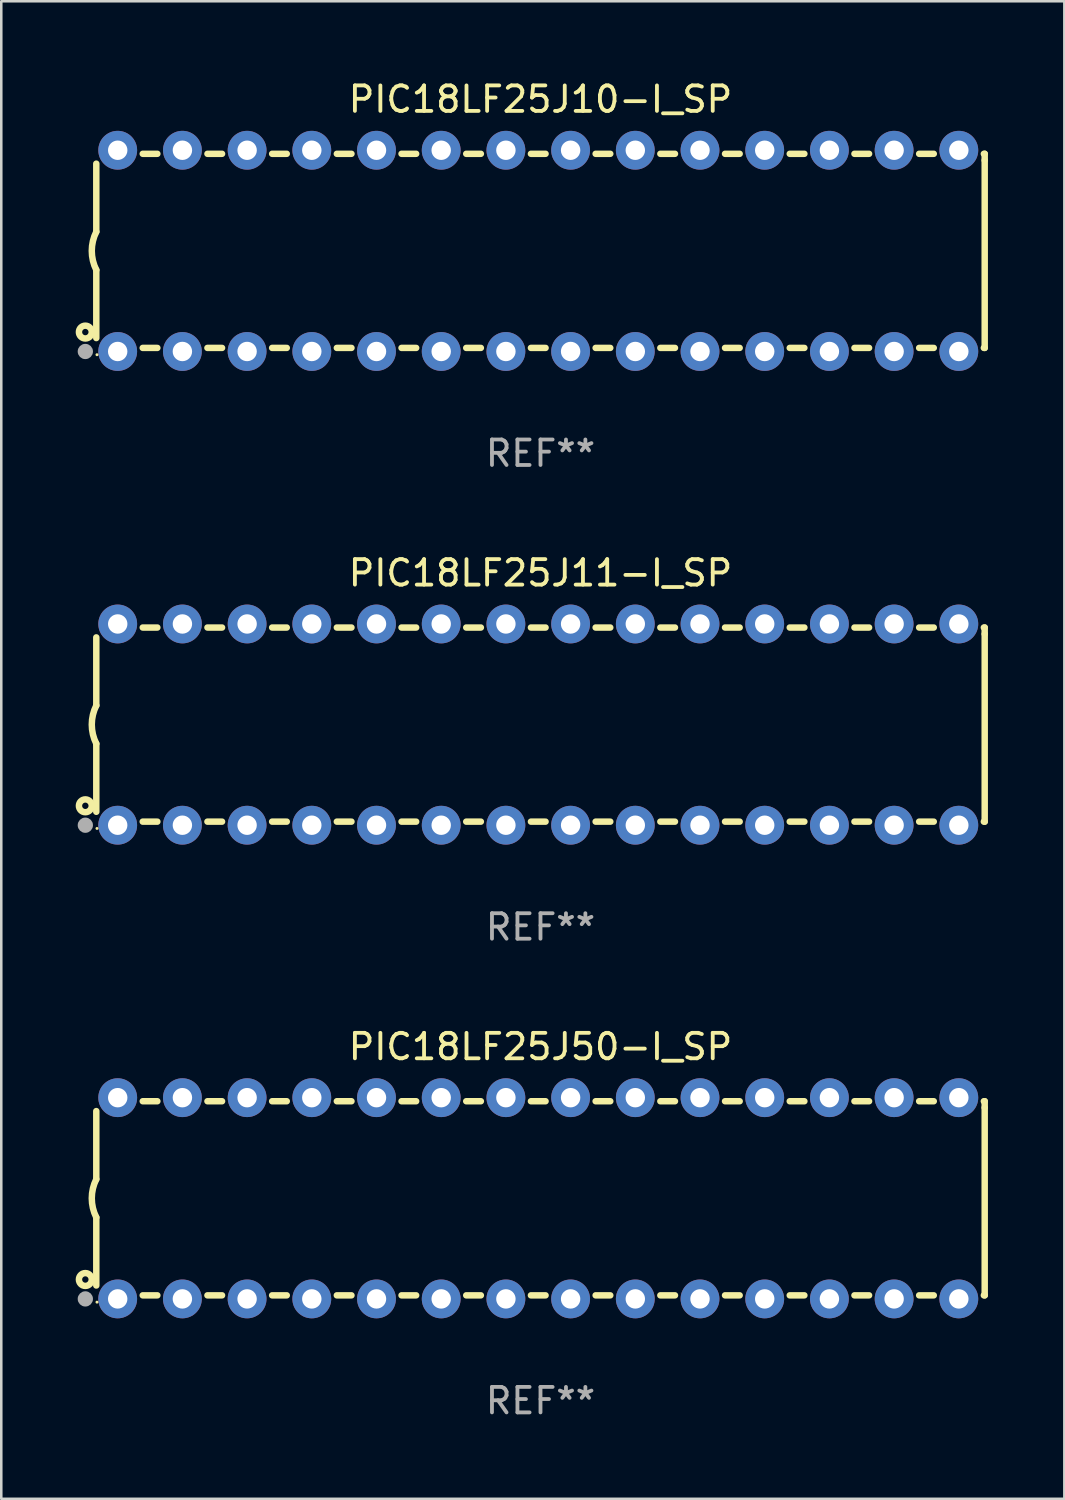
<source format=kicad_pcb>
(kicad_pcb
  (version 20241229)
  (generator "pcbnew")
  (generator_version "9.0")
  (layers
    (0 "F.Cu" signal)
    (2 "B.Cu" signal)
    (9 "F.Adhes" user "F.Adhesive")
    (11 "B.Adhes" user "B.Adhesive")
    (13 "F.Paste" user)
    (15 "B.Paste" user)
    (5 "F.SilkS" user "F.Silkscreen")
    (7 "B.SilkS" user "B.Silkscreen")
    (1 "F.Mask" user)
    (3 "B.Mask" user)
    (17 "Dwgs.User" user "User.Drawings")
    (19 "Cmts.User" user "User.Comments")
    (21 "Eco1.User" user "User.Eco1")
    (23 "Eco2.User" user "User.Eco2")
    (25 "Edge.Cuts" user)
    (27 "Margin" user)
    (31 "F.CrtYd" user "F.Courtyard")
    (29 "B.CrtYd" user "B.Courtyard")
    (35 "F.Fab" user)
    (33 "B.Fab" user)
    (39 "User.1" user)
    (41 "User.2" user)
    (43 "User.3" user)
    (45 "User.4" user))
  (footprint "PIC18LF25J50-I_SP"
    (layer "F.Cu")
    (at 18.168 43.991)
    (property "Reference" "PIC18LF25J50-I_SP" (at 0 -5.95 0) (layer "F.SilkS") (effects (font (size 1 1) (thickness 0.15))))
    (attr through_hole)
    (fp_line (start -17.438 0.75) (end -17.438 3.423) (stroke (width 0.254) (type solid)) (layer "F.SilkS"))
    (fp_line (start -17.438 -3.423) (end -17.438 -0.75) (stroke (width 0.254) (type solid)) (layer "F.SilkS"))
    (fp_line (start -15.615 3.81) (end -15.041 3.81) (stroke (width 0.254) (type solid)) (layer "F.SilkS"))
    (fp_line (start -15.041 -3.81) (end -15.614 -3.81) (stroke (width 0.254) (type solid)) (layer "F.SilkS"))
    (fp_line (start -13.075 3.81) (end -12.501 3.81) (stroke (width 0.254) (type solid)) (layer "F.SilkS"))
    (fp_line (start -12.501 -3.81) (end -13.074 -3.81) (stroke (width 0.254) (type solid)) (layer "F.SilkS"))
    (fp_line (start -10.535 3.81) (end -9.961 3.81) (stroke (width 0.254) (type solid)) (layer "F.SilkS"))
    (fp_line (start -9.961 -3.81) (end -10.534 -3.81) (stroke (width 0.254) (type solid)) (layer "F.SilkS"))
    (fp_line (start -7.995 3.81) (end -7.421 3.81) (stroke (width 0.254) (type solid)) (layer "F.SilkS"))
    (fp_line (start -7.421 -3.81) (end -7.995 -3.81) (stroke (width 0.254) (type solid)) (layer "F.SilkS"))
    (fp_line (start -5.455 3.81) (end -4.881 3.81) (stroke (width 0.254) (type solid)) (layer "F.SilkS"))
    (fp_line (start -4.881 -3.81) (end -5.455 -3.81) (stroke (width 0.254) (type solid)) (layer "F.SilkS"))
    (fp_line (start -2.915 3.81) (end -2.341 3.81) (stroke (width 0.254) (type solid)) (layer "F.SilkS"))
    (fp_line (start -2.341 -3.81) (end -2.915 -3.81) (stroke (width 0.254) (type solid)) (layer "F.SilkS"))
    (fp_line (start -0.375 3.81) (end 0.199 3.81) (stroke (width 0.254) (type solid)) (layer "F.SilkS"))
    (fp_line (start 0.199 -3.81) (end -0.375 -3.81) (stroke (width 0.254) (type solid)) (layer "F.SilkS"))
    (fp_line (start 2.165 3.81) (end 2.739 3.81) (stroke (width 0.254) (type solid)) (layer "F.SilkS"))
    (fp_line (start 2.739 -3.81) (end 2.165 -3.81) (stroke (width 0.254) (type solid)) (layer "F.SilkS"))
    (fp_line (start 4.705 3.81) (end 5.279 3.81) (stroke (width 0.254) (type solid)) (layer "F.SilkS"))
    (fp_line (start 5.279 -3.81) (end 4.705 -3.81) (stroke (width 0.254) (type solid)) (layer "F.SilkS"))
    (fp_line (start 7.245 3.81) (end 7.819 3.81) (stroke (width 0.254) (type solid)) (layer "F.SilkS"))
    (fp_line (start 7.819 -3.81) (end 7.245 -3.81) (stroke (width 0.254) (type solid)) (layer "F.SilkS"))
    (fp_line (start 9.785 3.81) (end 10.359 3.81) (stroke (width 0.254) (type solid)) (layer "F.SilkS"))
    (fp_line (start 10.359 -3.81) (end 9.785 -3.81) (stroke (width 0.254) (type solid)) (layer "F.SilkS"))
    (fp_line (start 12.325 3.81) (end 12.899 3.81) (stroke (width 0.254) (type solid)) (layer "F.SilkS"))
    (fp_line (start 12.899 -3.81) (end 12.325 -3.81) (stroke (width 0.254) (type solid)) (layer "F.SilkS"))
    (fp_line (start 14.865 3.81) (end 15.439 3.81) (stroke (width 0.254) (type solid)) (layer "F.SilkS"))
    (fp_line (start 15.439 -3.81) (end 14.865 -3.81) (stroke (width 0.254) (type solid)) (layer "F.SilkS"))
    (fp_line (start 17.405 3.81) (end 17.438 3.81) (stroke (width 0.254) (type solid)) (layer "F.SilkS"))
    (fp_line (start 17.438 -3.81) (end 17.405 -3.81) (stroke (width 0.254) (type solid)) (layer "F.SilkS"))
    (fp_line (start 17.438 -3.556) (end 17.438 -3.81) (stroke (width 0.254) (type solid)) (layer "F.SilkS"))
    (fp_line (start 17.438 3.81) (end 17.438 -3.556) (stroke (width 0.254) (type solid)) (layer "F.SilkS"))
    (fp_arc (start -17.437986 0.749657) (mid -17.614887 -0.000024) (end -17.437783 -0.749657) (stroke (width 0.254001) (type solid)) (layer "F.SilkS"))
    (fp_circle (center -17.868 3.188) (end -17.743 3.188) (stroke (width 0.254) (type solid)) (fill no) (layer "F.SilkS"))
    (fp_circle (center -17.411 4.077) (end -17.381 4.077) (stroke (width 0.06) (type solid)) (fill no) (layer "F.SilkS"))
    (fp_circle (center -17.868 3.95) (end -17.718 3.95) (stroke (width 0.3) (type solid)) (fill no) (layer "F.Fab"))
    (fp_text user "REF**" (at 0 7.95 0) (layer "F.Fab") (effects (font (size 1 1) (thickness 0.15))))
    (pad "1" thru_hole circle (at -16.598 3.95) (size 1.524 1.524) (drill 0.762) (layers "*.Cu" "*.Mask"))
    (pad "2" thru_hole circle (at -14.058 3.95) (size 1.524 1.524) (drill 0.762) (layers "*.Cu" "*.Mask"))
    (pad "3" thru_hole circle (at -11.518 3.95) (size 1.524 1.524) (drill 0.762) (layers "*.Cu" "*.Mask"))
    (pad "4" thru_hole circle (at -8.978 3.95) (size 1.524 1.524) (drill 0.762) (layers "*.Cu" "*.Mask"))
    (pad "5" thru_hole circle (at -6.438 3.95) (size 1.524 1.524) (drill 0.762) (layers "*.Cu" "*.Mask"))
    (pad "6" thru_hole circle (at -3.898 3.95) (size 1.524 1.524) (drill 0.762) (layers "*.Cu" "*.Mask"))
    (pad "7" thru_hole circle (at -1.358 3.95) (size 1.524 1.524) (drill 0.762) (layers "*.Cu" "*.Mask"))
    (pad "8" thru_hole circle (at 1.182 3.95) (size 1.524 1.524) (drill 0.762) (layers "*.Cu" "*.Mask"))
    (pad "9" thru_hole circle (at 3.722 3.95) (size 1.524 1.524) (drill 0.762) (layers "*.Cu" "*.Mask"))
    (pad "10" thru_hole circle (at 6.262 3.95) (size 1.524 1.524) (drill 0.762) (layers "*.Cu" "*.Mask"))
    (pad "11" thru_hole circle (at 8.802 3.95) (size 1.524 1.524) (drill 0.762) (layers "*.Cu" "*.Mask"))
    (pad "12" thru_hole circle (at 11.342 3.95) (size 1.524 1.524) (drill 0.762) (layers "*.Cu" "*.Mask"))
    (pad "13" thru_hole circle (at 13.882 3.95) (size 1.524 1.524) (drill 0.762) (layers "*.Cu" "*.Mask"))
    (pad "14" thru_hole circle (at 16.422 3.95) (size 1.524 1.524) (drill 0.762) (layers "*.Cu" "*.Mask"))
    (pad "15" thru_hole circle (at 16.422 -3.95) (size 1.524 1.524) (drill 0.762) (layers "*.Cu" "*.Mask"))
    (pad "16" thru_hole circle (at 13.882 -3.95) (size 1.524 1.524) (drill 0.762) (layers "*.Cu" "*.Mask"))
    (pad "17" thru_hole circle (at 11.342 -3.95) (size 1.524 1.524) (drill 0.762) (layers "*.Cu" "*.Mask"))
    (pad "18" thru_hole circle (at 8.802 -3.95) (size 1.524 1.524) (drill 0.762) (layers "*.Cu" "*.Mask"))
    (pad "19" thru_hole circle (at 6.262 -3.95) (size 1.524 1.524) (drill 0.762) (layers "*.Cu" "*.Mask"))
    (pad "20" thru_hole circle (at 3.722 -3.95) (size 1.524 1.524) (drill 0.762) (layers "*.Cu" "*.Mask"))
    (pad "21" thru_hole circle (at 1.182 -3.95) (size 1.524 1.524) (drill 0.762) (layers "*.Cu" "*.Mask"))
    (pad "22" thru_hole circle (at -1.358 -3.95) (size 1.524 1.524) (drill 0.762) (layers "*.Cu" "*.Mask"))
    (pad "23" thru_hole circle (at -3.898 -3.95) (size 1.524 1.524) (drill 0.762) (layers "*.Cu" "*.Mask"))
    (pad "24" thru_hole circle (at -6.438 -3.95) (size 1.524 1.524) (drill 0.762) (layers "*.Cu" "*.Mask"))
    (pad "25" thru_hole circle (at -8.978 -3.95) (size 1.524 1.524) (drill 0.762) (layers "*.Cu" "*.Mask"))
    (pad "26" thru_hole circle (at -11.517 -3.95) (size 1.524 1.524) (drill 0.762) (layers "*.Cu" "*.Mask"))
    (pad "27" thru_hole circle (at -14.057 -3.95) (size 1.524 1.524) (drill 0.762) (layers "*.Cu" "*.Mask"))
    (pad "28" thru_hole circle (at -16.597 -3.95) (size 1.524 1.524) (drill 0.762) (layers "*.Cu" "*.Mask")))
  (footprint "PIC18LF25J11-I_SP"
    (layer "F.Cu")
    (at 18.168 25.395)
    (property "Reference" "PIC18LF25J11-I_SP" (at 0 -5.95 0) (layer "F.SilkS") (effects (font (size 1 1) (thickness 0.15))))
    (attr through_hole)
    (fp_line (start -17.438 0.75) (end -17.438 3.423) (stroke (width 0.254) (type solid)) (layer "F.SilkS"))
    (fp_line (start -17.438 -3.423) (end -17.438 -0.75) (stroke (width 0.254) (type solid)) (layer "F.SilkS"))
    (fp_line (start -15.615 3.81) (end -15.041 3.81) (stroke (width 0.254) (type solid)) (layer "F.SilkS"))
    (fp_line (start -15.041 -3.81) (end -15.614 -3.81) (stroke (width 0.254) (type solid)) (layer "F.SilkS"))
    (fp_line (start -13.075 3.81) (end -12.501 3.81) (stroke (width 0.254) (type solid)) (layer "F.SilkS"))
    (fp_line (start -12.501 -3.81) (end -13.074 -3.81) (stroke (width 0.254) (type solid)) (layer "F.SilkS"))
    (fp_line (start -10.535 3.81) (end -9.961 3.81) (stroke (width 0.254) (type solid)) (layer "F.SilkS"))
    (fp_line (start -9.961 -3.81) (end -10.534 -3.81) (stroke (width 0.254) (type solid)) (layer "F.SilkS"))
    (fp_line (start -7.995 3.81) (end -7.421 3.81) (stroke (width 0.254) (type solid)) (layer "F.SilkS"))
    (fp_line (start -7.421 -3.81) (end -7.995 -3.81) (stroke (width 0.254) (type solid)) (layer "F.SilkS"))
    (fp_line (start -5.455 3.81) (end -4.881 3.81) (stroke (width 0.254) (type solid)) (layer "F.SilkS"))
    (fp_line (start -4.881 -3.81) (end -5.455 -3.81) (stroke (width 0.254) (type solid)) (layer "F.SilkS"))
    (fp_line (start -2.915 3.81) (end -2.341 3.81) (stroke (width 0.254) (type solid)) (layer "F.SilkS"))
    (fp_line (start -2.341 -3.81) (end -2.915 -3.81) (stroke (width 0.254) (type solid)) (layer "F.SilkS"))
    (fp_line (start -0.375 3.81) (end 0.199 3.81) (stroke (width 0.254) (type solid)) (layer "F.SilkS"))
    (fp_line (start 0.199 -3.81) (end -0.375 -3.81) (stroke (width 0.254) (type solid)) (layer "F.SilkS"))
    (fp_line (start 2.165 3.81) (end 2.739 3.81) (stroke (width 0.254) (type solid)) (layer "F.SilkS"))
    (fp_line (start 2.739 -3.81) (end 2.165 -3.81) (stroke (width 0.254) (type solid)) (layer "F.SilkS"))
    (fp_line (start 4.705 3.81) (end 5.279 3.81) (stroke (width 0.254) (type solid)) (layer "F.SilkS"))
    (fp_line (start 5.279 -3.81) (end 4.705 -3.81) (stroke (width 0.254) (type solid)) (layer "F.SilkS"))
    (fp_line (start 7.245 3.81) (end 7.819 3.81) (stroke (width 0.254) (type solid)) (layer "F.SilkS"))
    (fp_line (start 7.819 -3.81) (end 7.245 -3.81) (stroke (width 0.254) (type solid)) (layer "F.SilkS"))
    (fp_line (start 9.785 3.81) (end 10.359 3.81) (stroke (width 0.254) (type solid)) (layer "F.SilkS"))
    (fp_line (start 10.359 -3.81) (end 9.785 -3.81) (stroke (width 0.254) (type solid)) (layer "F.SilkS"))
    (fp_line (start 12.325 3.81) (end 12.899 3.81) (stroke (width 0.254) (type solid)) (layer "F.SilkS"))
    (fp_line (start 12.899 -3.81) (end 12.325 -3.81) (stroke (width 0.254) (type solid)) (layer "F.SilkS"))
    (fp_line (start 14.865 3.81) (end 15.439 3.81) (stroke (width 0.254) (type solid)) (layer "F.SilkS"))
    (fp_line (start 15.439 -3.81) (end 14.865 -3.81) (stroke (width 0.254) (type solid)) (layer "F.SilkS"))
    (fp_line (start 17.405 3.81) (end 17.438 3.81) (stroke (width 0.254) (type solid)) (layer "F.SilkS"))
    (fp_line (start 17.438 -3.81) (end 17.405 -3.81) (stroke (width 0.254) (type solid)) (layer "F.SilkS"))
    (fp_line (start 17.438 -3.556) (end 17.438 -3.81) (stroke (width 0.254) (type solid)) (layer "F.SilkS"))
    (fp_line (start 17.438 3.81) (end 17.438 -3.556) (stroke (width 0.254) (type solid)) (layer "F.SilkS"))
    (fp_arc (start -17.437986 0.749657) (mid -17.614887 -0.000024) (end -17.437783 -0.749657) (stroke (width 0.254001) (type solid)) (layer "F.SilkS"))
    (fp_circle (center -17.868 3.188) (end -17.743 3.188) (stroke (width 0.254) (type solid)) (fill no) (layer "F.SilkS"))
    (fp_circle (center -17.411 4.077) (end -17.381 4.077) (stroke (width 0.06) (type solid)) (fill no) (layer "F.SilkS"))
    (fp_circle (center -17.868 3.95) (end -17.718 3.95) (stroke (width 0.3) (type solid)) (fill no) (layer "F.Fab"))
    (fp_text user "REF**" (at 0 7.95 0) (layer "F.Fab") (effects (font (size 1 1) (thickness 0.15))))
    (pad "1" thru_hole circle (at -16.598 3.95) (size 1.524 1.524) (drill 0.762) (layers "*.Cu" "*.Mask"))
    (pad "2" thru_hole circle (at -14.058 3.95) (size 1.524 1.524) (drill 0.762) (layers "*.Cu" "*.Mask"))
    (pad "3" thru_hole circle (at -11.518 3.95) (size 1.524 1.524) (drill 0.762) (layers "*.Cu" "*.Mask"))
    (pad "4" thru_hole circle (at -8.978 3.95) (size 1.524 1.524) (drill 0.762) (layers "*.Cu" "*.Mask"))
    (pad "5" thru_hole circle (at -6.438 3.95) (size 1.524 1.524) (drill 0.762) (layers "*.Cu" "*.Mask"))
    (pad "6" thru_hole circle (at -3.898 3.95) (size 1.524 1.524) (drill 0.762) (layers "*.Cu" "*.Mask"))
    (pad "7" thru_hole circle (at -1.358 3.95) (size 1.524 1.524) (drill 0.762) (layers "*.Cu" "*.Mask"))
    (pad "8" thru_hole circle (at 1.182 3.95) (size 1.524 1.524) (drill 0.762) (layers "*.Cu" "*.Mask"))
    (pad "9" thru_hole circle (at 3.722 3.95) (size 1.524 1.524) (drill 0.762) (layers "*.Cu" "*.Mask"))
    (pad "10" thru_hole circle (at 6.262 3.95) (size 1.524 1.524) (drill 0.762) (layers "*.Cu" "*.Mask"))
    (pad "11" thru_hole circle (at 8.802 3.95) (size 1.524 1.524) (drill 0.762) (layers "*.Cu" "*.Mask"))
    (pad "12" thru_hole circle (at 11.342 3.95) (size 1.524 1.524) (drill 0.762) (layers "*.Cu" "*.Mask"))
    (pad "13" thru_hole circle (at 13.882 3.95) (size 1.524 1.524) (drill 0.762) (layers "*.Cu" "*.Mask"))
    (pad "14" thru_hole circle (at 16.422 3.95) (size 1.524 1.524) (drill 0.762) (layers "*.Cu" "*.Mask"))
    (pad "15" thru_hole circle (at 16.422 -3.95) (size 1.524 1.524) (drill 0.762) (layers "*.Cu" "*.Mask"))
    (pad "16" thru_hole circle (at 13.882 -3.95) (size 1.524 1.524) (drill 0.762) (layers "*.Cu" "*.Mask"))
    (pad "17" thru_hole circle (at 11.342 -3.95) (size 1.524 1.524) (drill 0.762) (layers "*.Cu" "*.Mask"))
    (pad "18" thru_hole circle (at 8.802 -3.95) (size 1.524 1.524) (drill 0.762) (layers "*.Cu" "*.Mask"))
    (pad "19" thru_hole circle (at 6.262 -3.95) (size 1.524 1.524) (drill 0.762) (layers "*.Cu" "*.Mask"))
    (pad "20" thru_hole circle (at 3.722 -3.95) (size 1.524 1.524) (drill 0.762) (layers "*.Cu" "*.Mask"))
    (pad "21" thru_hole circle (at 1.182 -3.95) (size 1.524 1.524) (drill 0.762) (layers "*.Cu" "*.Mask"))
    (pad "22" thru_hole circle (at -1.358 -3.95) (size 1.524 1.524) (drill 0.762) (layers "*.Cu" "*.Mask"))
    (pad "23" thru_hole circle (at -3.898 -3.95) (size 1.524 1.524) (drill 0.762) (layers "*.Cu" "*.Mask"))
    (pad "24" thru_hole circle (at -6.438 -3.95) (size 1.524 1.524) (drill 0.762) (layers "*.Cu" "*.Mask"))
    (pad "25" thru_hole circle (at -8.978 -3.95) (size 1.524 1.524) (drill 0.762) (layers "*.Cu" "*.Mask"))
    (pad "26" thru_hole circle (at -11.517 -3.95) (size 1.524 1.524) (drill 0.762) (layers "*.Cu" "*.Mask"))
    (pad "27" thru_hole circle (at -14.057 -3.95) (size 1.524 1.524) (drill 0.762) (layers "*.Cu" "*.Mask"))
    (pad "28" thru_hole circle (at -16.597 -3.95) (size 1.524 1.524) (drill 0.762) (layers "*.Cu" "*.Mask")))
  (footprint "PIC18LF25J10-I_SP"
    (layer "F.Cu")
    (at 18.168 6.798)
    (property "Reference" "PIC18LF25J10-I_SP" (at 0 -5.95 0) (layer "F.SilkS") (effects (font (size 1 1) (thickness 0.15))))
    (attr through_hole)
    (fp_line (start -17.438 0.75) (end -17.438 3.423) (stroke (width 0.254) (type solid)) (layer "F.SilkS"))
    (fp_line (start -17.438 -3.423) (end -17.438 -0.75) (stroke (width 0.254) (type solid)) (layer "F.SilkS"))
    (fp_line (start -15.615 3.81) (end -15.041 3.81) (stroke (width 0.254) (type solid)) (layer "F.SilkS"))
    (fp_line (start -15.041 -3.81) (end -15.614 -3.81) (stroke (width 0.254) (type solid)) (layer "F.SilkS"))
    (fp_line (start -13.075 3.81) (end -12.501 3.81) (stroke (width 0.254) (type solid)) (layer "F.SilkS"))
    (fp_line (start -12.501 -3.81) (end -13.074 -3.81) (stroke (width 0.254) (type solid)) (layer "F.SilkS"))
    (fp_line (start -10.535 3.81) (end -9.961 3.81) (stroke (width 0.254) (type solid)) (layer "F.SilkS"))
    (fp_line (start -9.961 -3.81) (end -10.534 -3.81) (stroke (width 0.254) (type solid)) (layer "F.SilkS"))
    (fp_line (start -7.995 3.81) (end -7.421 3.81) (stroke (width 0.254) (type solid)) (layer "F.SilkS"))
    (fp_line (start -7.421 -3.81) (end -7.995 -3.81) (stroke (width 0.254) (type solid)) (layer "F.SilkS"))
    (fp_line (start -5.455 3.81) (end -4.881 3.81) (stroke (width 0.254) (type solid)) (layer "F.SilkS"))
    (fp_line (start -4.881 -3.81) (end -5.455 -3.81) (stroke (width 0.254) (type solid)) (layer "F.SilkS"))
    (fp_line (start -2.915 3.81) (end -2.341 3.81) (stroke (width 0.254) (type solid)) (layer "F.SilkS"))
    (fp_line (start -2.341 -3.81) (end -2.915 -3.81) (stroke (width 0.254) (type solid)) (layer "F.SilkS"))
    (fp_line (start -0.375 3.81) (end 0.199 3.81) (stroke (width 0.254) (type solid)) (layer "F.SilkS"))
    (fp_line (start 0.199 -3.81) (end -0.375 -3.81) (stroke (width 0.254) (type solid)) (layer "F.SilkS"))
    (fp_line (start 2.165 3.81) (end 2.739 3.81) (stroke (width 0.254) (type solid)) (layer "F.SilkS"))
    (fp_line (start 2.739 -3.81) (end 2.165 -3.81) (stroke (width 0.254) (type solid)) (layer "F.SilkS"))
    (fp_line (start 4.705 3.81) (end 5.279 3.81) (stroke (width 0.254) (type solid)) (layer "F.SilkS"))
    (fp_line (start 5.279 -3.81) (end 4.705 -3.81) (stroke (width 0.254) (type solid)) (layer "F.SilkS"))
    (fp_line (start 7.245 3.81) (end 7.819 3.81) (stroke (width 0.254) (type solid)) (layer "F.SilkS"))
    (fp_line (start 7.819 -3.81) (end 7.245 -3.81) (stroke (width 0.254) (type solid)) (layer "F.SilkS"))
    (fp_line (start 9.785 3.81) (end 10.359 3.81) (stroke (width 0.254) (type solid)) (layer "F.SilkS"))
    (fp_line (start 10.359 -3.81) (end 9.785 -3.81) (stroke (width 0.254) (type solid)) (layer "F.SilkS"))
    (fp_line (start 12.325 3.81) (end 12.899 3.81) (stroke (width 0.254) (type solid)) (layer "F.SilkS"))
    (fp_line (start 12.899 -3.81) (end 12.325 -3.81) (stroke (width 0.254) (type solid)) (layer "F.SilkS"))
    (fp_line (start 14.865 3.81) (end 15.439 3.81) (stroke (width 0.254) (type solid)) (layer "F.SilkS"))
    (fp_line (start 15.439 -3.81) (end 14.865 -3.81) (stroke (width 0.254) (type solid)) (layer "F.SilkS"))
    (fp_line (start 17.405 3.81) (end 17.438 3.81) (stroke (width 0.254) (type solid)) (layer "F.SilkS"))
    (fp_line (start 17.438 -3.81) (end 17.405 -3.81) (stroke (width 0.254) (type solid)) (layer "F.SilkS"))
    (fp_line (start 17.438 -3.556) (end 17.438 -3.81) (stroke (width 0.254) (type solid)) (layer "F.SilkS"))
    (fp_line (start 17.438 3.81) (end 17.438 -3.556) (stroke (width 0.254) (type solid)) (layer "F.SilkS"))
    (fp_arc (start -17.437986 0.749657) (mid -17.614887 -0.000024) (end -17.437783 -0.749657) (stroke (width 0.254001) (type solid)) (layer "F.SilkS"))
    (fp_circle (center -17.868 3.188) (end -17.743 3.188) (stroke (width 0.254) (type solid)) (fill no) (layer "F.SilkS"))
    (fp_circle (center -17.411 4.077) (end -17.381 4.077) (stroke (width 0.06) (type solid)) (fill no) (layer "F.SilkS"))
    (fp_circle (center -17.868 3.95) (end -17.718 3.95) (stroke (width 0.3) (type solid)) (fill no) (layer "F.Fab"))
    (fp_text user "REF**" (at 0 7.95 0) (layer "F.Fab") (effects (font (size 1 1) (thickness 0.15))))
    (pad "1" thru_hole circle (at -16.598 3.95) (size 1.524 1.524) (drill 0.762) (layers "*.Cu" "*.Mask"))
    (pad "2" thru_hole circle (at -14.058 3.95) (size 1.524 1.524) (drill 0.762) (layers "*.Cu" "*.Mask"))
    (pad "3" thru_hole circle (at -11.518 3.95) (size 1.524 1.524) (drill 0.762) (layers "*.Cu" "*.Mask"))
    (pad "4" thru_hole circle (at -8.978 3.95) (size 1.524 1.524) (drill 0.762) (layers "*.Cu" "*.Mask"))
    (pad "5" thru_hole circle (at -6.438 3.95) (size 1.524 1.524) (drill 0.762) (layers "*.Cu" "*.Mask"))
    (pad "6" thru_hole circle (at -3.898 3.95) (size 1.524 1.524) (drill 0.762) (layers "*.Cu" "*.Mask"))
    (pad "7" thru_hole circle (at -1.358 3.95) (size 1.524 1.524) (drill 0.762) (layers "*.Cu" "*.Mask"))
    (pad "8" thru_hole circle (at 1.182 3.95) (size 1.524 1.524) (drill 0.762) (layers "*.Cu" "*.Mask"))
    (pad "9" thru_hole circle (at 3.722 3.95) (size 1.524 1.524) (drill 0.762) (layers "*.Cu" "*.Mask"))
    (pad "10" thru_hole circle (at 6.262 3.95) (size 1.524 1.524) (drill 0.762) (layers "*.Cu" "*.Mask"))
    (pad "11" thru_hole circle (at 8.802 3.95) (size 1.524 1.524) (drill 0.762) (layers "*.Cu" "*.Mask"))
    (pad "12" thru_hole circle (at 11.342 3.95) (size 1.524 1.524) (drill 0.762) (layers "*.Cu" "*.Mask"))
    (pad "13" thru_hole circle (at 13.882 3.95) (size 1.524 1.524) (drill 0.762) (layers "*.Cu" "*.Mask"))
    (pad "14" thru_hole circle (at 16.422 3.95) (size 1.524 1.524) (drill 0.762) (layers "*.Cu" "*.Mask"))
    (pad "15" thru_hole circle (at 16.422 -3.95) (size 1.524 1.524) (drill 0.762) (layers "*.Cu" "*.Mask"))
    (pad "16" thru_hole circle (at 13.882 -3.95) (size 1.524 1.524) (drill 0.762) (layers "*.Cu" "*.Mask"))
    (pad "17" thru_hole circle (at 11.342 -3.95) (size 1.524 1.524) (drill 0.762) (layers "*.Cu" "*.Mask"))
    (pad "18" thru_hole circle (at 8.802 -3.95) (size 1.524 1.524) (drill 0.762) (layers "*.Cu" "*.Mask"))
    (pad "19" thru_hole circle (at 6.262 -3.95) (size 1.524 1.524) (drill 0.762) (layers "*.Cu" "*.Mask"))
    (pad "20" thru_hole circle (at 3.722 -3.95) (size 1.524 1.524) (drill 0.762) (layers "*.Cu" "*.Mask"))
    (pad "21" thru_hole circle (at 1.182 -3.95) (size 1.524 1.524) (drill 0.762) (layers "*.Cu" "*.Mask"))
    (pad "22" thru_hole circle (at -1.358 -3.95) (size 1.524 1.524) (drill 0.762) (layers "*.Cu" "*.Mask"))
    (pad "23" thru_hole circle (at -3.898 -3.95) (size 1.524 1.524) (drill 0.762) (layers "*.Cu" "*.Mask"))
    (pad "24" thru_hole circle (at -6.438 -3.95) (size 1.524 1.524) (drill 0.762) (layers "*.Cu" "*.Mask"))
    (pad "25" thru_hole circle (at -8.978 -3.95) (size 1.524 1.524) (drill 0.762) (layers "*.Cu" "*.Mask"))
    (pad "26" thru_hole circle (at -11.517 -3.95) (size 1.524 1.524) (drill 0.762) (layers "*.Cu" "*.Mask"))
    (pad "27" thru_hole circle (at -14.057 -3.95) (size 1.524 1.524) (drill 0.762) (layers "*.Cu" "*.Mask"))
    (pad "28" thru_hole circle (at -16.597 -3.95) (size 1.524 1.524) (drill 0.762) (layers "*.Cu" "*.Mask")))
  (gr_rect
    (start -3 -3)
    (end 38.733 55.789)
    (stroke (width 0.1) (type default))
    (fill no)
    (layer "Edge.Cuts")))
</source>
